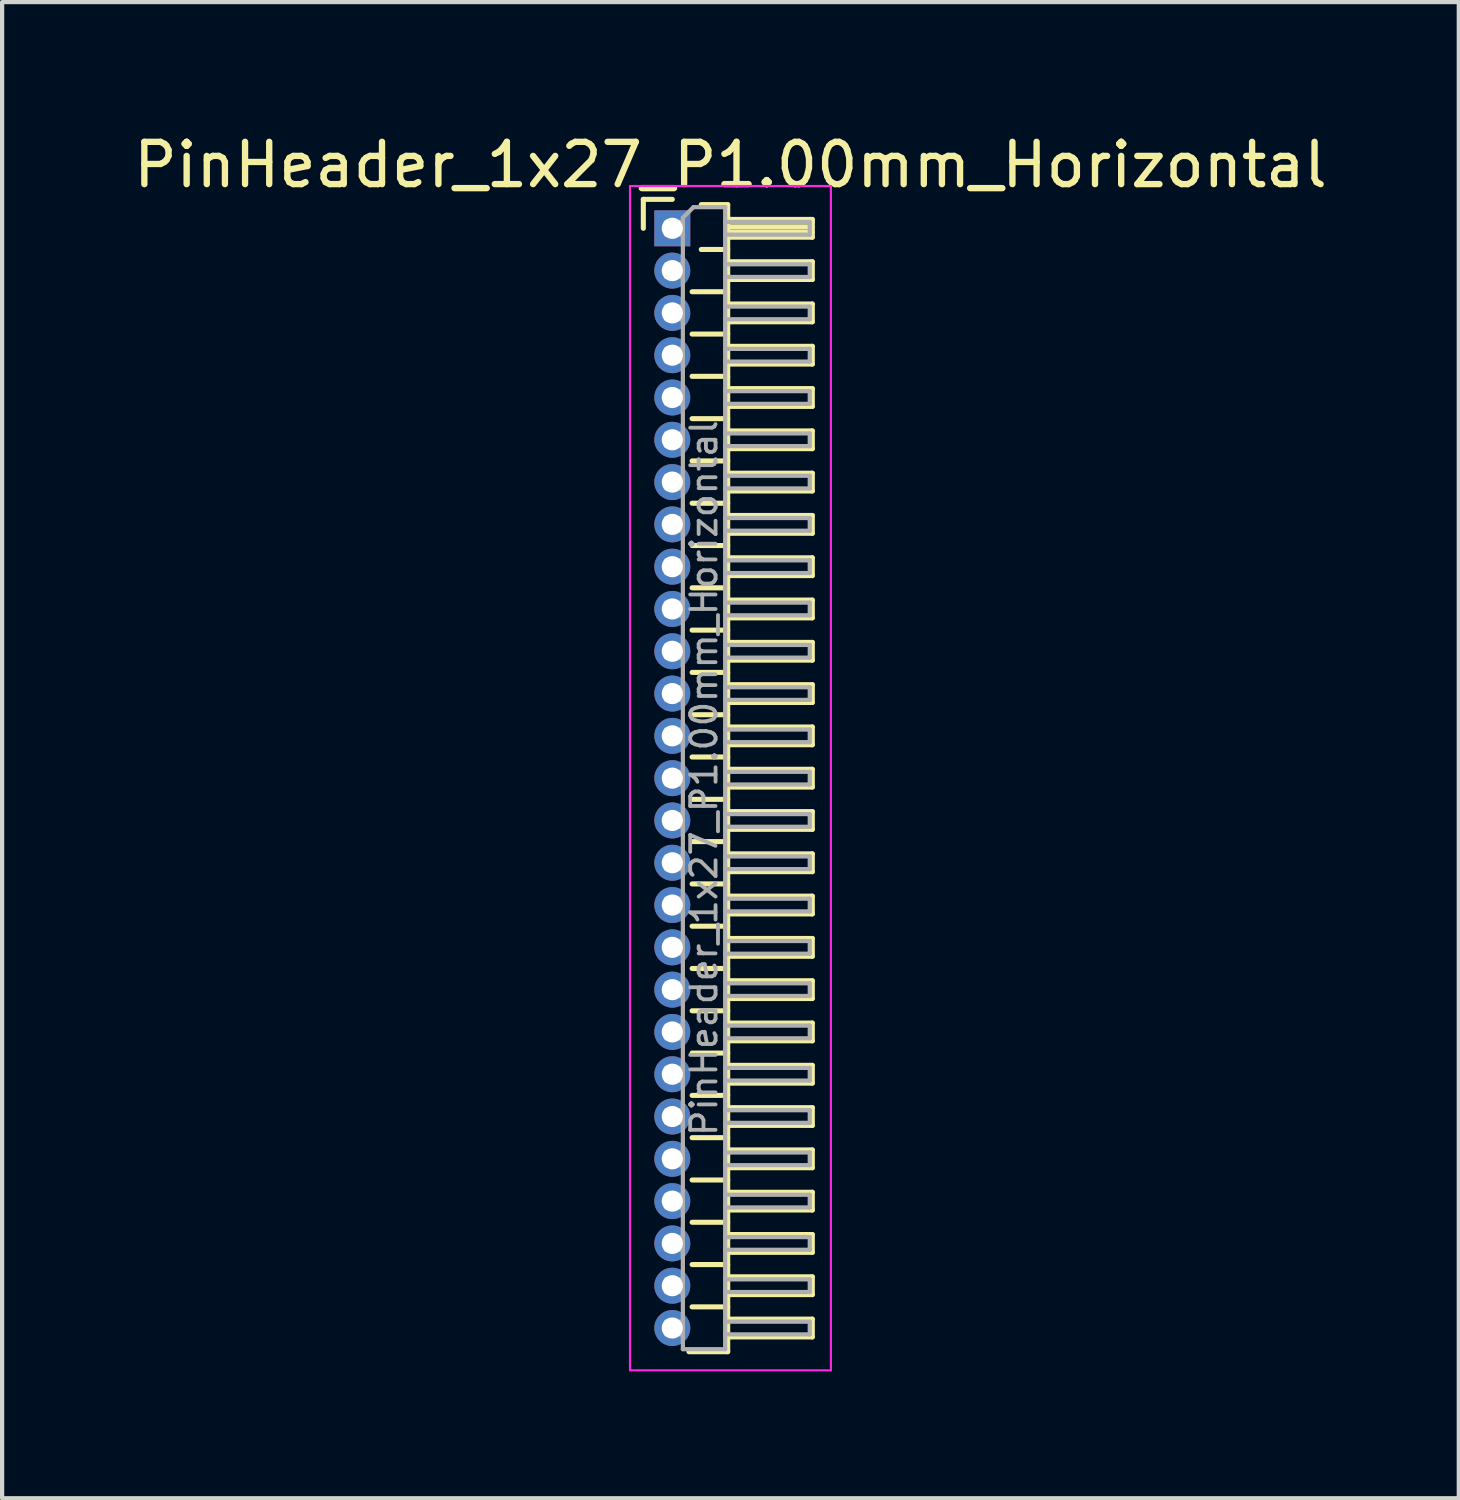
<source format=kicad_pcb>
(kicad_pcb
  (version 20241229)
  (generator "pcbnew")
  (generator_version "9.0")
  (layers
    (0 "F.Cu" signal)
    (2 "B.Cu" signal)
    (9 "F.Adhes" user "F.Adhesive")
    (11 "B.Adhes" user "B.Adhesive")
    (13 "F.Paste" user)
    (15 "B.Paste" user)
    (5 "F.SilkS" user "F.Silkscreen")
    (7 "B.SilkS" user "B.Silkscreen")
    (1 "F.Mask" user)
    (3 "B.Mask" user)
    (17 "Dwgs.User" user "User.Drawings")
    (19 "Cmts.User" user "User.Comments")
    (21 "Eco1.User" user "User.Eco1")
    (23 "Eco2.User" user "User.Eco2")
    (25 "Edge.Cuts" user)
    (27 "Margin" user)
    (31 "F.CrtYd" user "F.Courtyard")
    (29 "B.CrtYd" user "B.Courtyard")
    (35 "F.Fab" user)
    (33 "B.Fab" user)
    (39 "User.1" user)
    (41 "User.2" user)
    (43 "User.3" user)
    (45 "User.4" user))
  (footprint "PinHeader_1x27_P1.00mm_Horizontal"
    (layer "F.Cu")
    (at 12.845 2.348)
    (property "Reference" "PinHeader_1x27_P1.00mm_Horizontal" (at 1.375 -1.5 0) (layer "F.SilkS") (effects (font (size 1 1) (thickness 0.15))))
    (attr through_hole)
    (fp_line (start -0.685 -0.685) (end 0 -0.685) (stroke (width 0.12) (type solid)) (layer "F.SilkS"))
    (fp_line (start -0.685 0) (end -0.685 -0.685) (stroke (width 0.12) (type solid)) (layer "F.SilkS"))
    (fp_line (start 0.468 1.5) (end 1.31 1.5) (stroke (width 0.12) (type solid)) (layer "F.SilkS"))
    (fp_line (start 0.468 2.5) (end 1.31 2.5) (stroke (width 0.12) (type solid)) (layer "F.SilkS"))
    (fp_line (start 0.468 3.5) (end 1.31 3.5) (stroke (width 0.12) (type solid)) (layer "F.SilkS"))
    (fp_line (start 0.468 4.5) (end 1.31 4.5) (stroke (width 0.12) (type solid)) (layer "F.SilkS"))
    (fp_line (start 0.468 5.5) (end 1.31 5.5) (stroke (width 0.12) (type solid)) (layer "F.SilkS"))
    (fp_line (start 0.468 6.5) (end 1.31 6.5) (stroke (width 0.12) (type solid)) (layer "F.SilkS"))
    (fp_line (start 0.468 7.5) (end 1.31 7.5) (stroke (width 0.12) (type solid)) (layer "F.SilkS"))
    (fp_line (start 0.468 8.5) (end 1.31 8.5) (stroke (width 0.12) (type solid)) (layer "F.SilkS"))
    (fp_line (start 0.468 9.5) (end 1.31 9.5) (stroke (width 0.12) (type solid)) (layer "F.SilkS"))
    (fp_line (start 0.468 10.5) (end 1.31 10.5) (stroke (width 0.12) (type solid)) (layer "F.SilkS"))
    (fp_line (start 0.468 11.5) (end 1.31 11.5) (stroke (width 0.12) (type solid)) (layer "F.SilkS"))
    (fp_line (start 0.468 12.5) (end 1.31 12.5) (stroke (width 0.12) (type solid)) (layer "F.SilkS"))
    (fp_line (start 0.468 13.5) (end 1.31 13.5) (stroke (width 0.12) (type solid)) (layer "F.SilkS"))
    (fp_line (start 0.468 14.5) (end 1.31 14.5) (stroke (width 0.12) (type solid)) (layer "F.SilkS"))
    (fp_line (start 0.468 15.5) (end 1.31 15.5) (stroke (width 0.12) (type solid)) (layer "F.SilkS"))
    (fp_line (start 0.468 16.5) (end 1.31 16.5) (stroke (width 0.12) (type solid)) (layer "F.SilkS"))
    (fp_line (start 0.468 17.5) (end 1.31 17.5) (stroke (width 0.12) (type solid)) (layer "F.SilkS"))
    (fp_line (start 0.468 18.5) (end 1.31 18.5) (stroke (width 0.12) (type solid)) (layer "F.SilkS"))
    (fp_line (start 0.468 19.5) (end 1.31 19.5) (stroke (width 0.12) (type solid)) (layer "F.SilkS"))
    (fp_line (start 0.468 20.5) (end 1.31 20.5) (stroke (width 0.12) (type solid)) (layer "F.SilkS"))
    (fp_line (start 0.468 21.5) (end 1.31 21.5) (stroke (width 0.12) (type solid)) (layer "F.SilkS"))
    (fp_line (start 0.468 22.5) (end 1.31 22.5) (stroke (width 0.12) (type solid)) (layer "F.SilkS"))
    (fp_line (start 0.468 23.5) (end 1.31 23.5) (stroke (width 0.12) (type solid)) (layer "F.SilkS"))
    (fp_line (start 0.468 24.5) (end 1.31 24.5) (stroke (width 0.12) (type solid)) (layer "F.SilkS"))
    (fp_line (start 0.468 25.5) (end 1.31 25.5) (stroke (width 0.12) (type solid)) (layer "F.SilkS"))
    (fp_line (start 0.685 -0.56) (end 1.31 -0.56) (stroke (width 0.12) (type solid)) (layer "F.SilkS"))
    (fp_line (start 0.685 0.5) (end 1.31 0.5) (stroke (width 0.12) (type solid)) (layer "F.SilkS"))
    (fp_line (start 1.31 -0.56) (end 1.31 26.56) (stroke (width 0.12) (type solid)) (layer "F.SilkS"))
    (fp_line (start 1.31 -0.21) (end 3.31 -0.21) (stroke (width 0.12) (type solid)) (layer "F.SilkS"))
    (fp_line (start 1.31 -0.15) (end 3.31 -0.15) (stroke (width 0.12) (type solid)) (layer "F.SilkS"))
    (fp_line (start 1.31 -0.03) (end 3.31 -0.03) (stroke (width 0.12) (type solid)) (layer "F.SilkS"))
    (fp_line (start 1.31 0.09) (end 3.31 0.09) (stroke (width 0.12) (type solid)) (layer "F.SilkS"))
    (fp_line (start 1.31 0.79) (end 3.31 0.79) (stroke (width 0.12) (type solid)) (layer "F.SilkS"))
    (fp_line (start 1.31 1.79) (end 3.31 1.79) (stroke (width 0.12) (type solid)) (layer "F.SilkS"))
    (fp_line (start 1.31 2.79) (end 3.31 2.79) (stroke (width 0.12) (type solid)) (layer "F.SilkS"))
    (fp_line (start 1.31 3.79) (end 3.31 3.79) (stroke (width 0.12) (type solid)) (layer "F.SilkS"))
    (fp_line (start 1.31 4.79) (end 3.31 4.79) (stroke (width 0.12) (type solid)) (layer "F.SilkS"))
    (fp_line (start 1.31 5.79) (end 3.31 5.79) (stroke (width 0.12) (type solid)) (layer "F.SilkS"))
    (fp_line (start 1.31 6.79) (end 3.31 6.79) (stroke (width 0.12) (type solid)) (layer "F.SilkS"))
    (fp_line (start 1.31 7.79) (end 3.31 7.79) (stroke (width 0.12) (type solid)) (layer "F.SilkS"))
    (fp_line (start 1.31 8.79) (end 3.31 8.79) (stroke (width 0.12) (type solid)) (layer "F.SilkS"))
    (fp_line (start 1.31 9.79) (end 3.31 9.79) (stroke (width 0.12) (type solid)) (layer "F.SilkS"))
    (fp_line (start 1.31 10.79) (end 3.31 10.79) (stroke (width 0.12) (type solid)) (layer "F.SilkS"))
    (fp_line (start 1.31 11.79) (end 3.31 11.79) (stroke (width 0.12) (type solid)) (layer "F.SilkS"))
    (fp_line (start 1.31 12.79) (end 3.31 12.79) (stroke (width 0.12) (type solid)) (layer "F.SilkS"))
    (fp_line (start 1.31 13.79) (end 3.31 13.79) (stroke (width 0.12) (type solid)) (layer "F.SilkS"))
    (fp_line (start 1.31 14.79) (end 3.31 14.79) (stroke (width 0.12) (type solid)) (layer "F.SilkS"))
    (fp_line (start 1.31 15.79) (end 3.31 15.79) (stroke (width 0.12) (type solid)) (layer "F.SilkS"))
    (fp_line (start 1.31 16.79) (end 3.31 16.79) (stroke (width 0.12) (type solid)) (layer "F.SilkS"))
    (fp_line (start 1.31 17.79) (end 3.31 17.79) (stroke (width 0.12) (type solid)) (layer "F.SilkS"))
    (fp_line (start 1.31 18.79) (end 3.31 18.79) (stroke (width 0.12) (type solid)) (layer "F.SilkS"))
    (fp_line (start 1.31 19.79) (end 3.31 19.79) (stroke (width 0.12) (type solid)) (layer "F.SilkS"))
    (fp_line (start 1.31 20.79) (end 3.31 20.79) (stroke (width 0.12) (type solid)) (layer "F.SilkS"))
    (fp_line (start 1.31 21.79) (end 3.31 21.79) (stroke (width 0.12) (type solid)) (layer "F.SilkS"))
    (fp_line (start 1.31 22.79) (end 3.31 22.79) (stroke (width 0.12) (type solid)) (layer "F.SilkS"))
    (fp_line (start 1.31 23.79) (end 3.31 23.79) (stroke (width 0.12) (type solid)) (layer "F.SilkS"))
    (fp_line (start 1.31 24.79) (end 3.31 24.79) (stroke (width 0.12) (type solid)) (layer "F.SilkS"))
    (fp_line (start 1.31 25.79) (end 3.31 25.79) (stroke (width 0.12) (type solid)) (layer "F.SilkS"))
    (fp_line (start 1.31 26.56) (end 0.394 26.56) (stroke (width 0.12) (type solid)) (layer "F.SilkS"))
    (fp_line (start 3.31 -0.21) (end 3.31 0.21) (stroke (width 0.12) (type solid)) (layer "F.SilkS"))
    (fp_line (start 3.31 0.21) (end 1.31 0.21) (stroke (width 0.12) (type solid)) (layer "F.SilkS"))
    (fp_line (start 3.31 0.79) (end 3.31 1.21) (stroke (width 0.12) (type solid)) (layer "F.SilkS"))
    (fp_line (start 3.31 1.21) (end 1.31 1.21) (stroke (width 0.12) (type solid)) (layer "F.SilkS"))
    (fp_line (start 3.31 1.79) (end 3.31 2.21) (stroke (width 0.12) (type solid)) (layer "F.SilkS"))
    (fp_line (start 3.31 2.21) (end 1.31 2.21) (stroke (width 0.12) (type solid)) (layer "F.SilkS"))
    (fp_line (start 3.31 2.79) (end 3.31 3.21) (stroke (width 0.12) (type solid)) (layer "F.SilkS"))
    (fp_line (start 3.31 3.21) (end 1.31 3.21) (stroke (width 0.12) (type solid)) (layer "F.SilkS"))
    (fp_line (start 3.31 3.79) (end 3.31 4.21) (stroke (width 0.12) (type solid)) (layer "F.SilkS"))
    (fp_line (start 3.31 4.21) (end 1.31 4.21) (stroke (width 0.12) (type solid)) (layer "F.SilkS"))
    (fp_line (start 3.31 4.79) (end 3.31 5.21) (stroke (width 0.12) (type solid)) (layer "F.SilkS"))
    (fp_line (start 3.31 5.21) (end 1.31 5.21) (stroke (width 0.12) (type solid)) (layer "F.SilkS"))
    (fp_line (start 3.31 5.79) (end 3.31 6.21) (stroke (width 0.12) (type solid)) (layer "F.SilkS"))
    (fp_line (start 3.31 6.21) (end 1.31 6.21) (stroke (width 0.12) (type solid)) (layer "F.SilkS"))
    (fp_line (start 3.31 6.79) (end 3.31 7.21) (stroke (width 0.12) (type solid)) (layer "F.SilkS"))
    (fp_line (start 3.31 7.21) (end 1.31 7.21) (stroke (width 0.12) (type solid)) (layer "F.SilkS"))
    (fp_line (start 3.31 7.79) (end 3.31 8.21) (stroke (width 0.12) (type solid)) (layer "F.SilkS"))
    (fp_line (start 3.31 8.21) (end 1.31 8.21) (stroke (width 0.12) (type solid)) (layer "F.SilkS"))
    (fp_line (start 3.31 8.79) (end 3.31 9.21) (stroke (width 0.12) (type solid)) (layer "F.SilkS"))
    (fp_line (start 3.31 9.21) (end 1.31 9.21) (stroke (width 0.12) (type solid)) (layer "F.SilkS"))
    (fp_line (start 3.31 9.79) (end 3.31 10.21) (stroke (width 0.12) (type solid)) (layer "F.SilkS"))
    (fp_line (start 3.31 10.21) (end 1.31 10.21) (stroke (width 0.12) (type solid)) (layer "F.SilkS"))
    (fp_line (start 3.31 10.79) (end 3.31 11.21) (stroke (width 0.12) (type solid)) (layer "F.SilkS"))
    (fp_line (start 3.31 11.21) (end 1.31 11.21) (stroke (width 0.12) (type solid)) (layer "F.SilkS"))
    (fp_line (start 3.31 11.79) (end 3.31 12.21) (stroke (width 0.12) (type solid)) (layer "F.SilkS"))
    (fp_line (start 3.31 12.21) (end 1.31 12.21) (stroke (width 0.12) (type solid)) (layer "F.SilkS"))
    (fp_line (start 3.31 12.79) (end 3.31 13.21) (stroke (width 0.12) (type solid)) (layer "F.SilkS"))
    (fp_line (start 3.31 13.21) (end 1.31 13.21) (stroke (width 0.12) (type solid)) (layer "F.SilkS"))
    (fp_line (start 3.31 13.79) (end 3.31 14.21) (stroke (width 0.12) (type solid)) (layer "F.SilkS"))
    (fp_line (start 3.31 14.21) (end 1.31 14.21) (stroke (width 0.12) (type solid)) (layer "F.SilkS"))
    (fp_line (start 3.31 14.79) (end 3.31 15.21) (stroke (width 0.12) (type solid)) (layer "F.SilkS"))
    (fp_line (start 3.31 15.21) (end 1.31 15.21) (stroke (width 0.12) (type solid)) (layer "F.SilkS"))
    (fp_line (start 3.31 15.79) (end 3.31 16.21) (stroke (width 0.12) (type solid)) (layer "F.SilkS"))
    (fp_line (start 3.31 16.21) (end 1.31 16.21) (stroke (width 0.12) (type solid)) (layer "F.SilkS"))
    (fp_line (start 3.31 16.79) (end 3.31 17.21) (stroke (width 0.12) (type solid)) (layer "F.SilkS"))
    (fp_line (start 3.31 17.21) (end 1.31 17.21) (stroke (width 0.12) (type solid)) (layer "F.SilkS"))
    (fp_line (start 3.31 17.79) (end 3.31 18.21) (stroke (width 0.12) (type solid)) (layer "F.SilkS"))
    (fp_line (start 3.31 18.21) (end 1.31 18.21) (stroke (width 0.12) (type solid)) (layer "F.SilkS"))
    (fp_line (start 3.31 18.79) (end 3.31 19.21) (stroke (width 0.12) (type solid)) (layer "F.SilkS"))
    (fp_line (start 3.31 19.21) (end 1.31 19.21) (stroke (width 0.12) (type solid)) (layer "F.SilkS"))
    (fp_line (start 3.31 19.79) (end 3.31 20.21) (stroke (width 0.12) (type solid)) (layer "F.SilkS"))
    (fp_line (start 3.31 20.21) (end 1.31 20.21) (stroke (width 0.12) (type solid)) (layer "F.SilkS"))
    (fp_line (start 3.31 20.79) (end 3.31 21.21) (stroke (width 0.12) (type solid)) (layer "F.SilkS"))
    (fp_line (start 3.31 21.21) (end 1.31 21.21) (stroke (width 0.12) (type solid)) (layer "F.SilkS"))
    (fp_line (start 3.31 21.79) (end 3.31 22.21) (stroke (width 0.12) (type solid)) (layer "F.SilkS"))
    (fp_line (start 3.31 22.21) (end 1.31 22.21) (stroke (width 0.12) (type solid)) (layer "F.SilkS"))
    (fp_line (start 3.31 22.79) (end 3.31 23.21) (stroke (width 0.12) (type solid)) (layer "F.SilkS"))
    (fp_line (start 3.31 23.21) (end 1.31 23.21) (stroke (width 0.12) (type solid)) (layer "F.SilkS"))
    (fp_line (start 3.31 23.79) (end 3.31 24.21) (stroke (width 0.12) (type solid)) (layer "F.SilkS"))
    (fp_line (start 3.31 24.21) (end 1.31 24.21) (stroke (width 0.12) (type solid)) (layer "F.SilkS"))
    (fp_line (start 3.31 24.79) (end 3.31 25.21) (stroke (width 0.12) (type solid)) (layer "F.SilkS"))
    (fp_line (start 3.31 25.21) (end 1.31 25.21) (stroke (width 0.12) (type solid)) (layer "F.SilkS"))
    (fp_line (start 3.31 25.79) (end 3.31 26.21) (stroke (width 0.12) (type solid)) (layer "F.SilkS"))
    (fp_line (start 3.31 26.21) (end 1.31 26.21) (stroke (width 0.12) (type solid)) (layer "F.SilkS"))
    (fp_line (start -1 -1) (end -1 27) (stroke (width 0.05) (type solid)) (layer "F.CrtYd"))
    (fp_line (start -1 27) (end 3.75 27) (stroke (width 0.05) (type solid)) (layer "F.CrtYd"))
    (fp_line (start 3.75 -1) (end -1 -1) (stroke (width 0.05) (type solid)) (layer "F.CrtYd"))
    (fp_line (start 3.75 27) (end 3.75 -1) (stroke (width 0.05) (type solid)) (layer "F.CrtYd"))
    (fp_line (start -0.15 -0.15) (end -0.15 0.15) (stroke (width 0.1) (type solid)) (layer "F.Fab"))
    (fp_line (start -0.15 -0.15) (end 0.25 -0.15) (stroke (width 0.1) (type solid)) (layer "F.Fab"))
    (fp_line (start -0.15 0.15) (end 0.25 0.15) (stroke (width 0.1) (type solid)) (layer "F.Fab"))
    (fp_line (start -0.15 0.85) (end -0.15 1.15) (stroke (width 0.1) (type solid)) (layer "F.Fab"))
    (fp_line (start -0.15 0.85) (end 0.25 0.85) (stroke (width 0.1) (type solid)) (layer "F.Fab"))
    (fp_line (start -0.15 1.15) (end 0.25 1.15) (stroke (width 0.1) (type solid)) (layer "F.Fab"))
    (fp_line (start -0.15 1.85) (end -0.15 2.15) (stroke (width 0.1) (type solid)) (layer "F.Fab"))
    (fp_line (start -0.15 1.85) (end 0.25 1.85) (stroke (width 0.1) (type solid)) (layer "F.Fab"))
    (fp_line (start -0.15 2.15) (end 0.25 2.15) (stroke (width 0.1) (type solid)) (layer "F.Fab"))
    (fp_line (start -0.15 2.85) (end -0.15 3.15) (stroke (width 0.1) (type solid)) (layer "F.Fab"))
    (fp_line (start -0.15 2.85) (end 0.25 2.85) (stroke (width 0.1) (type solid)) (layer "F.Fab"))
    (fp_line (start -0.15 3.15) (end 0.25 3.15) (stroke (width 0.1) (type solid)) (layer "F.Fab"))
    (fp_line (start -0.15 3.85) (end -0.15 4.15) (stroke (width 0.1) (type solid)) (layer "F.Fab"))
    (fp_line (start -0.15 3.85) (end 0.25 3.85) (stroke (width 0.1) (type solid)) (layer "F.Fab"))
    (fp_line (start -0.15 4.15) (end 0.25 4.15) (stroke (width 0.1) (type solid)) (layer "F.Fab"))
    (fp_line (start -0.15 4.85) (end -0.15 5.15) (stroke (width 0.1) (type solid)) (layer "F.Fab"))
    (fp_line (start -0.15 4.85) (end 0.25 4.85) (stroke (width 0.1) (type solid)) (layer "F.Fab"))
    (fp_line (start -0.15 5.15) (end 0.25 5.15) (stroke (width 0.1) (type solid)) (layer "F.Fab"))
    (fp_line (start -0.15 5.85) (end -0.15 6.15) (stroke (width 0.1) (type solid)) (layer "F.Fab"))
    (fp_line (start -0.15 5.85) (end 0.25 5.85) (stroke (width 0.1) (type solid)) (layer "F.Fab"))
    (fp_line (start -0.15 6.15) (end 0.25 6.15) (stroke (width 0.1) (type solid)) (layer "F.Fab"))
    (fp_line (start -0.15 6.85) (end -0.15 7.15) (stroke (width 0.1) (type solid)) (layer "F.Fab"))
    (fp_line (start -0.15 6.85) (end 0.25 6.85) (stroke (width 0.1) (type solid)) (layer "F.Fab"))
    (fp_line (start -0.15 7.15) (end 0.25 7.15) (stroke (width 0.1) (type solid)) (layer "F.Fab"))
    (fp_line (start -0.15 7.85) (end -0.15 8.15) (stroke (width 0.1) (type solid)) (layer "F.Fab"))
    (fp_line (start -0.15 7.85) (end 0.25 7.85) (stroke (width 0.1) (type solid)) (layer "F.Fab"))
    (fp_line (start -0.15 8.15) (end 0.25 8.15) (stroke (width 0.1) (type solid)) (layer "F.Fab"))
    (fp_line (start -0.15 8.85) (end -0.15 9.15) (stroke (width 0.1) (type solid)) (layer "F.Fab"))
    (fp_line (start -0.15 8.85) (end 0.25 8.85) (stroke (width 0.1) (type solid)) (layer "F.Fab"))
    (fp_line (start -0.15 9.15) (end 0.25 9.15) (stroke (width 0.1) (type solid)) (layer "F.Fab"))
    (fp_line (start -0.15 9.85) (end -0.15 10.15) (stroke (width 0.1) (type solid)) (layer "F.Fab"))
    (fp_line (start -0.15 9.85) (end 0.25 9.85) (stroke (width 0.1) (type solid)) (layer "F.Fab"))
    (fp_line (start -0.15 10.15) (end 0.25 10.15) (stroke (width 0.1) (type solid)) (layer "F.Fab"))
    (fp_line (start -0.15 10.85) (end -0.15 11.15) (stroke (width 0.1) (type solid)) (layer "F.Fab"))
    (fp_line (start -0.15 10.85) (end 0.25 10.85) (stroke (width 0.1) (type solid)) (layer "F.Fab"))
    (fp_line (start -0.15 11.15) (end 0.25 11.15) (stroke (width 0.1) (type solid)) (layer "F.Fab"))
    (fp_line (start -0.15 11.85) (end -0.15 12.15) (stroke (width 0.1) (type solid)) (layer "F.Fab"))
    (fp_line (start -0.15 11.85) (end 0.25 11.85) (stroke (width 0.1) (type solid)) (layer "F.Fab"))
    (fp_line (start -0.15 12.15) (end 0.25 12.15) (stroke (width 0.1) (type solid)) (layer "F.Fab"))
    (fp_line (start -0.15 12.85) (end -0.15 13.15) (stroke (width 0.1) (type solid)) (layer "F.Fab"))
    (fp_line (start -0.15 12.85) (end 0.25 12.85) (stroke (width 0.1) (type solid)) (layer "F.Fab"))
    (fp_line (start -0.15 13.15) (end 0.25 13.15) (stroke (width 0.1) (type solid)) (layer "F.Fab"))
    (fp_line (start -0.15 13.85) (end -0.15 14.15) (stroke (width 0.1) (type solid)) (layer "F.Fab"))
    (fp_line (start -0.15 13.85) (end 0.25 13.85) (stroke (width 0.1) (type solid)) (layer "F.Fab"))
    (fp_line (start -0.15 14.15) (end 0.25 14.15) (stroke (width 0.1) (type solid)) (layer "F.Fab"))
    (fp_line (start -0.15 14.85) (end -0.15 15.15) (stroke (width 0.1) (type solid)) (layer "F.Fab"))
    (fp_line (start -0.15 14.85) (end 0.25 14.85) (stroke (width 0.1) (type solid)) (layer "F.Fab"))
    (fp_line (start -0.15 15.15) (end 0.25 15.15) (stroke (width 0.1) (type solid)) (layer "F.Fab"))
    (fp_line (start -0.15 15.85) (end -0.15 16.15) (stroke (width 0.1) (type solid)) (layer "F.Fab"))
    (fp_line (start -0.15 15.85) (end 0.25 15.85) (stroke (width 0.1) (type solid)) (layer "F.Fab"))
    (fp_line (start -0.15 16.15) (end 0.25 16.15) (stroke (width 0.1) (type solid)) (layer "F.Fab"))
    (fp_line (start -0.15 16.85) (end -0.15 17.15) (stroke (width 0.1) (type solid)) (layer "F.Fab"))
    (fp_line (start -0.15 16.85) (end 0.25 16.85) (stroke (width 0.1) (type solid)) (layer "F.Fab"))
    (fp_line (start -0.15 17.15) (end 0.25 17.15) (stroke (width 0.1) (type solid)) (layer "F.Fab"))
    (fp_line (start -0.15 17.85) (end -0.15 18.15) (stroke (width 0.1) (type solid)) (layer "F.Fab"))
    (fp_line (start -0.15 17.85) (end 0.25 17.85) (stroke (width 0.1) (type solid)) (layer "F.Fab"))
    (fp_line (start -0.15 18.15) (end 0.25 18.15) (stroke (width 0.1) (type solid)) (layer "F.Fab"))
    (fp_line (start -0.15 18.85) (end -0.15 19.15) (stroke (width 0.1) (type solid)) (layer "F.Fab"))
    (fp_line (start -0.15 18.85) (end 0.25 18.85) (stroke (width 0.1) (type solid)) (layer "F.Fab"))
    (fp_line (start -0.15 19.15) (end 0.25 19.15) (stroke (width 0.1) (type solid)) (layer "F.Fab"))
    (fp_line (start -0.15 19.85) (end -0.15 20.15) (stroke (width 0.1) (type solid)) (layer "F.Fab"))
    (fp_line (start -0.15 19.85) (end 0.25 19.85) (stroke (width 0.1) (type solid)) (layer "F.Fab"))
    (fp_line (start -0.15 20.15) (end 0.25 20.15) (stroke (width 0.1) (type solid)) (layer "F.Fab"))
    (fp_line (start -0.15 20.85) (end -0.15 21.15) (stroke (width 0.1) (type solid)) (layer "F.Fab"))
    (fp_line (start -0.15 20.85) (end 0.25 20.85) (stroke (width 0.1) (type solid)) (layer "F.Fab"))
    (fp_line (start -0.15 21.15) (end 0.25 21.15) (stroke (width 0.1) (type solid)) (layer "F.Fab"))
    (fp_line (start -0.15 21.85) (end -0.15 22.15) (stroke (width 0.1) (type solid)) (layer "F.Fab"))
    (fp_line (start -0.15 21.85) (end 0.25 21.85) (stroke (width 0.1) (type solid)) (layer "F.Fab"))
    (fp_line (start -0.15 22.15) (end 0.25 22.15) (stroke (width 0.1) (type solid)) (layer "F.Fab"))
    (fp_line (start -0.15 22.85) (end -0.15 23.15) (stroke (width 0.1) (type solid)) (layer "F.Fab"))
    (fp_line (start -0.15 22.85) (end 0.25 22.85) (stroke (width 0.1) (type solid)) (layer "F.Fab"))
    (fp_line (start -0.15 23.15) (end 0.25 23.15) (stroke (width 0.1) (type solid)) (layer "F.Fab"))
    (fp_line (start -0.15 23.85) (end -0.15 24.15) (stroke (width 0.1) (type solid)) (layer "F.Fab"))
    (fp_line (start -0.15 23.85) (end 0.25 23.85) (stroke (width 0.1) (type solid)) (layer "F.Fab"))
    (fp_line (start -0.15 24.15) (end 0.25 24.15) (stroke (width 0.1) (type solid)) (layer "F.Fab"))
    (fp_line (start -0.15 24.85) (end -0.15 25.15) (stroke (width 0.1) (type solid)) (layer "F.Fab"))
    (fp_line (start -0.15 24.85) (end 0.25 24.85) (stroke (width 0.1) (type solid)) (layer "F.Fab"))
    (fp_line (start -0.15 25.15) (end 0.25 25.15) (stroke (width 0.1) (type solid)) (layer "F.Fab"))
    (fp_line (start -0.15 25.85) (end -0.15 26.15) (stroke (width 0.1) (type solid)) (layer "F.Fab"))
    (fp_line (start -0.15 25.85) (end 0.25 25.85) (stroke (width 0.1) (type solid)) (layer "F.Fab"))
    (fp_line (start -0.15 26.15) (end 0.25 26.15) (stroke (width 0.1) (type solid)) (layer "F.Fab"))
    (fp_line (start 0.25 -0.25) (end 0.5 -0.5) (stroke (width 0.1) (type solid)) (layer "F.Fab"))
    (fp_line (start 0.25 26.5) (end 0.25 -0.25) (stroke (width 0.1) (type solid)) (layer "F.Fab"))
    (fp_line (start 0.5 -0.5) (end 1.25 -0.5) (stroke (width 0.1) (type solid)) (layer "F.Fab"))
    (fp_line (start 1.25 -0.5) (end 1.25 26.5) (stroke (width 0.1) (type solid)) (layer "F.Fab"))
    (fp_line (start 1.25 -0.15) (end 3.25 -0.15) (stroke (width 0.1) (type solid)) (layer "F.Fab"))
    (fp_line (start 1.25 0.15) (end 3.25 0.15) (stroke (width 0.1) (type solid)) (layer "F.Fab"))
    (fp_line (start 1.25 0.85) (end 3.25 0.85) (stroke (width 0.1) (type solid)) (layer "F.Fab"))
    (fp_line (start 1.25 1.15) (end 3.25 1.15) (stroke (width 0.1) (type solid)) (layer "F.Fab"))
    (fp_line (start 1.25 1.85) (end 3.25 1.85) (stroke (width 0.1) (type solid)) (layer "F.Fab"))
    (fp_line (start 1.25 2.15) (end 3.25 2.15) (stroke (width 0.1) (type solid)) (layer "F.Fab"))
    (fp_line (start 1.25 2.85) (end 3.25 2.85) (stroke (width 0.1) (type solid)) (layer "F.Fab"))
    (fp_line (start 1.25 3.15) (end 3.25 3.15) (stroke (width 0.1) (type solid)) (layer "F.Fab"))
    (fp_line (start 1.25 3.85) (end 3.25 3.85) (stroke (width 0.1) (type solid)) (layer "F.Fab"))
    (fp_line (start 1.25 4.15) (end 3.25 4.15) (stroke (width 0.1) (type solid)) (layer "F.Fab"))
    (fp_line (start 1.25 4.85) (end 3.25 4.85) (stroke (width 0.1) (type solid)) (layer "F.Fab"))
    (fp_line (start 1.25 5.15) (end 3.25 5.15) (stroke (width 0.1) (type solid)) (layer "F.Fab"))
    (fp_line (start 1.25 5.85) (end 3.25 5.85) (stroke (width 0.1) (type solid)) (layer "F.Fab"))
    (fp_line (start 1.25 6.15) (end 3.25 6.15) (stroke (width 0.1) (type solid)) (layer "F.Fab"))
    (fp_line (start 1.25 6.85) (end 3.25 6.85) (stroke (width 0.1) (type solid)) (layer "F.Fab"))
    (fp_line (start 1.25 7.15) (end 3.25 7.15) (stroke (width 0.1) (type solid)) (layer "F.Fab"))
    (fp_line (start 1.25 7.85) (end 3.25 7.85) (stroke (width 0.1) (type solid)) (layer "F.Fab"))
    (fp_line (start 1.25 8.15) (end 3.25 8.15) (stroke (width 0.1) (type solid)) (layer "F.Fab"))
    (fp_line (start 1.25 8.85) (end 3.25 8.85) (stroke (width 0.1) (type solid)) (layer "F.Fab"))
    (fp_line (start 1.25 9.15) (end 3.25 9.15) (stroke (width 0.1) (type solid)) (layer "F.Fab"))
    (fp_line (start 1.25 9.85) (end 3.25 9.85) (stroke (width 0.1) (type solid)) (layer "F.Fab"))
    (fp_line (start 1.25 10.15) (end 3.25 10.15) (stroke (width 0.1) (type solid)) (layer "F.Fab"))
    (fp_line (start 1.25 10.85) (end 3.25 10.85) (stroke (width 0.1) (type solid)) (layer "F.Fab"))
    (fp_line (start 1.25 11.15) (end 3.25 11.15) (stroke (width 0.1) (type solid)) (layer "F.Fab"))
    (fp_line (start 1.25 11.85) (end 3.25 11.85) (stroke (width 0.1) (type solid)) (layer "F.Fab"))
    (fp_line (start 1.25 12.15) (end 3.25 12.15) (stroke (width 0.1) (type solid)) (layer "F.Fab"))
    (fp_line (start 1.25 12.85) (end 3.25 12.85) (stroke (width 0.1) (type solid)) (layer "F.Fab"))
    (fp_line (start 1.25 13.15) (end 3.25 13.15) (stroke (width 0.1) (type solid)) (layer "F.Fab"))
    (fp_line (start 1.25 13.85) (end 3.25 13.85) (stroke (width 0.1) (type solid)) (layer "F.Fab"))
    (fp_line (start 1.25 14.15) (end 3.25 14.15) (stroke (width 0.1) (type solid)) (layer "F.Fab"))
    (fp_line (start 1.25 14.85) (end 3.25 14.85) (stroke (width 0.1) (type solid)) (layer "F.Fab"))
    (fp_line (start 1.25 15.15) (end 3.25 15.15) (stroke (width 0.1) (type solid)) (layer "F.Fab"))
    (fp_line (start 1.25 15.85) (end 3.25 15.85) (stroke (width 0.1) (type solid)) (layer "F.Fab"))
    (fp_line (start 1.25 16.15) (end 3.25 16.15) (stroke (width 0.1) (type solid)) (layer "F.Fab"))
    (fp_line (start 1.25 16.85) (end 3.25 16.85) (stroke (width 0.1) (type solid)) (layer "F.Fab"))
    (fp_line (start 1.25 17.15) (end 3.25 17.15) (stroke (width 0.1) (type solid)) (layer "F.Fab"))
    (fp_line (start 1.25 17.85) (end 3.25 17.85) (stroke (width 0.1) (type solid)) (layer "F.Fab"))
    (fp_line (start 1.25 18.15) (end 3.25 18.15) (stroke (width 0.1) (type solid)) (layer "F.Fab"))
    (fp_line (start 1.25 18.85) (end 3.25 18.85) (stroke (width 0.1) (type solid)) (layer "F.Fab"))
    (fp_line (start 1.25 19.15) (end 3.25 19.15) (stroke (width 0.1) (type solid)) (layer "F.Fab"))
    (fp_line (start 1.25 19.85) (end 3.25 19.85) (stroke (width 0.1) (type solid)) (layer "F.Fab"))
    (fp_line (start 1.25 20.15) (end 3.25 20.15) (stroke (width 0.1) (type solid)) (layer "F.Fab"))
    (fp_line (start 1.25 20.85) (end 3.25 20.85) (stroke (width 0.1) (type solid)) (layer "F.Fab"))
    (fp_line (start 1.25 21.15) (end 3.25 21.15) (stroke (width 0.1) (type solid)) (layer "F.Fab"))
    (fp_line (start 1.25 21.85) (end 3.25 21.85) (stroke (width 0.1) (type solid)) (layer "F.Fab"))
    (fp_line (start 1.25 22.15) (end 3.25 22.15) (stroke (width 0.1) (type solid)) (layer "F.Fab"))
    (fp_line (start 1.25 22.85) (end 3.25 22.85) (stroke (width 0.1) (type solid)) (layer "F.Fab"))
    (fp_line (start 1.25 23.15) (end 3.25 23.15) (stroke (width 0.1) (type solid)) (layer "F.Fab"))
    (fp_line (start 1.25 23.85) (end 3.25 23.85) (stroke (width 0.1) (type solid)) (layer "F.Fab"))
    (fp_line (start 1.25 24.15) (end 3.25 24.15) (stroke (width 0.1) (type solid)) (layer "F.Fab"))
    (fp_line (start 1.25 24.85) (end 3.25 24.85) (stroke (width 0.1) (type solid)) (layer "F.Fab"))
    (fp_line (start 1.25 25.15) (end 3.25 25.15) (stroke (width 0.1) (type solid)) (layer "F.Fab"))
    (fp_line (start 1.25 25.85) (end 3.25 25.85) (stroke (width 0.1) (type solid)) (layer "F.Fab"))
    (fp_line (start 1.25 26.15) (end 3.25 26.15) (stroke (width 0.1) (type solid)) (layer "F.Fab"))
    (fp_line (start 1.25 26.5) (end 0.25 26.5) (stroke (width 0.1) (type solid)) (layer "F.Fab"))
    (fp_line (start 3.25 -0.15) (end 3.25 0.15) (stroke (width 0.1) (type solid)) (layer "F.Fab"))
    (fp_line (start 3.25 0.85) (end 3.25 1.15) (stroke (width 0.1) (type solid)) (layer "F.Fab"))
    (fp_line (start 3.25 1.85) (end 3.25 2.15) (stroke (width 0.1) (type solid)) (layer "F.Fab"))
    (fp_line (start 3.25 2.85) (end 3.25 3.15) (stroke (width 0.1) (type solid)) (layer "F.Fab"))
    (fp_line (start 3.25 3.85) (end 3.25 4.15) (stroke (width 0.1) (type solid)) (layer "F.Fab"))
    (fp_line (start 3.25 4.85) (end 3.25 5.15) (stroke (width 0.1) (type solid)) (layer "F.Fab"))
    (fp_line (start 3.25 5.85) (end 3.25 6.15) (stroke (width 0.1) (type solid)) (layer "F.Fab"))
    (fp_line (start 3.25 6.85) (end 3.25 7.15) (stroke (width 0.1) (type solid)) (layer "F.Fab"))
    (fp_line (start 3.25 7.85) (end 3.25 8.15) (stroke (width 0.1) (type solid)) (layer "F.Fab"))
    (fp_line (start 3.25 8.85) (end 3.25 9.15) (stroke (width 0.1) (type solid)) (layer "F.Fab"))
    (fp_line (start 3.25 9.85) (end 3.25 10.15) (stroke (width 0.1) (type solid)) (layer "F.Fab"))
    (fp_line (start 3.25 10.85) (end 3.25 11.15) (stroke (width 0.1) (type solid)) (layer "F.Fab"))
    (fp_line (start 3.25 11.85) (end 3.25 12.15) (stroke (width 0.1) (type solid)) (layer "F.Fab"))
    (fp_line (start 3.25 12.85) (end 3.25 13.15) (stroke (width 0.1) (type solid)) (layer "F.Fab"))
    (fp_line (start 3.25 13.85) (end 3.25 14.15) (stroke (width 0.1) (type solid)) (layer "F.Fab"))
    (fp_line (start 3.25 14.85) (end 3.25 15.15) (stroke (width 0.1) (type solid)) (layer "F.Fab"))
    (fp_line (start 3.25 15.85) (end 3.25 16.15) (stroke (width 0.1) (type solid)) (layer "F.Fab"))
    (fp_line (start 3.25 16.85) (end 3.25 17.15) (stroke (width 0.1) (type solid)) (layer "F.Fab"))
    (fp_line (start 3.25 17.85) (end 3.25 18.15) (stroke (width 0.1) (type solid)) (layer "F.Fab"))
    (fp_line (start 3.25 18.85) (end 3.25 19.15) (stroke (width 0.1) (type solid)) (layer "F.Fab"))
    (fp_line (start 3.25 19.85) (end 3.25 20.15) (stroke (width 0.1) (type solid)) (layer "F.Fab"))
    (fp_line (start 3.25 20.85) (end 3.25 21.15) (stroke (width 0.1) (type solid)) (layer "F.Fab"))
    (fp_line (start 3.25 21.85) (end 3.25 22.15) (stroke (width 0.1) (type solid)) (layer "F.Fab"))
    (fp_line (start 3.25 22.85) (end 3.25 23.15) (stroke (width 0.1) (type solid)) (layer "F.Fab"))
    (fp_line (start 3.25 23.85) (end 3.25 24.15) (stroke (width 0.1) (type solid)) (layer "F.Fab"))
    (fp_line (start 3.25 24.85) (end 3.25 25.15) (stroke (width 0.1) (type solid)) (layer "F.Fab"))
    (fp_line (start 3.25 25.85) (end 3.25 26.15) (stroke (width 0.1) (type solid)) (layer "F.Fab"))
    (fp_text user "${REFERENCE}" (at 0.75 13 90) (layer "F.Fab") (effects (font (size 0.6 0.6) (thickness 0.09))))
    (pad "1" thru_hole rect (at 0 0) (size 0.85 0.85) (drill 0.5) (layers "*.Cu" "*.Mask"))
    (pad "2" thru_hole oval (at 0 1) (size 0.85 0.85) (drill 0.5) (layers "*.Cu" "*.Mask"))
    (pad "3" thru_hole oval (at 0 2) (size 0.85 0.85) (drill 0.5) (layers "*.Cu" "*.Mask"))
    (pad "4" thru_hole oval (at 0 3) (size 0.85 0.85) (drill 0.5) (layers "*.Cu" "*.Mask"))
    (pad "5" thru_hole oval (at 0 4) (size 0.85 0.85) (drill 0.5) (layers "*.Cu" "*.Mask"))
    (pad "6" thru_hole oval (at 0 5) (size 0.85 0.85) (drill 0.5) (layers "*.Cu" "*.Mask"))
    (pad "7" thru_hole oval (at 0 6) (size 0.85 0.85) (drill 0.5) (layers "*.Cu" "*.Mask"))
    (pad "8" thru_hole oval (at 0 7) (size 0.85 0.85) (drill 0.5) (layers "*.Cu" "*.Mask"))
    (pad "9" thru_hole oval (at 0 8) (size 0.85 0.85) (drill 0.5) (layers "*.Cu" "*.Mask"))
    (pad "10" thru_hole oval (at 0 9) (size 0.85 0.85) (drill 0.5) (layers "*.Cu" "*.Mask"))
    (pad "11" thru_hole oval (at 0 10) (size 0.85 0.85) (drill 0.5) (layers "*.Cu" "*.Mask"))
    (pad "12" thru_hole oval (at 0 11) (size 0.85 0.85) (drill 0.5) (layers "*.Cu" "*.Mask"))
    (pad "13" thru_hole oval (at 0 12) (size 0.85 0.85) (drill 0.5) (layers "*.Cu" "*.Mask"))
    (pad "14" thru_hole oval (at 0 13) (size 0.85 0.85) (drill 0.5) (layers "*.Cu" "*.Mask"))
    (pad "15" thru_hole oval (at 0 14) (size 0.85 0.85) (drill 0.5) (layers "*.Cu" "*.Mask"))
    (pad "16" thru_hole oval (at 0 15) (size 0.85 0.85) (drill 0.5) (layers "*.Cu" "*.Mask"))
    (pad "17" thru_hole oval (at 0 16) (size 0.85 0.85) (drill 0.5) (layers "*.Cu" "*.Mask"))
    (pad "18" thru_hole oval (at 0 17) (size 0.85 0.85) (drill 0.5) (layers "*.Cu" "*.Mask"))
    (pad "19" thru_hole oval (at 0 18) (size 0.85 0.85) (drill 0.5) (layers "*.Cu" "*.Mask"))
    (pad "20" thru_hole oval (at 0 19) (size 0.85 0.85) (drill 0.5) (layers "*.Cu" "*.Mask"))
    (pad "21" thru_hole oval (at 0 20) (size 0.85 0.85) (drill 0.5) (layers "*.Cu" "*.Mask"))
    (pad "22" thru_hole oval (at 0 21) (size 0.85 0.85) (drill 0.5) (layers "*.Cu" "*.Mask"))
    (pad "23" thru_hole oval (at 0 22) (size 0.85 0.85) (drill 0.5) (layers "*.Cu" "*.Mask"))
    (pad "24" thru_hole oval (at 0 23) (size 0.85 0.85) (drill 0.5) (layers "*.Cu" "*.Mask"))
    (pad "25" thru_hole oval (at 0 24) (size 0.85 0.85) (drill 0.5) (layers "*.Cu" "*.Mask"))
    (pad "26" thru_hole oval (at 0 25) (size 0.85 0.85) (drill 0.5) (layers "*.Cu" "*.Mask"))
    (pad "27" thru_hole oval (at 0 26) (size 0.85 0.85) (drill 0.5) (layers "*.Cu" "*.Mask")))
  (gr_rect
    (start -3 -3)
    (end 31.44 32.373)
    (stroke (width 0.1) (type default))
    (fill no)
    (layer "Edge.Cuts")))
</source>
